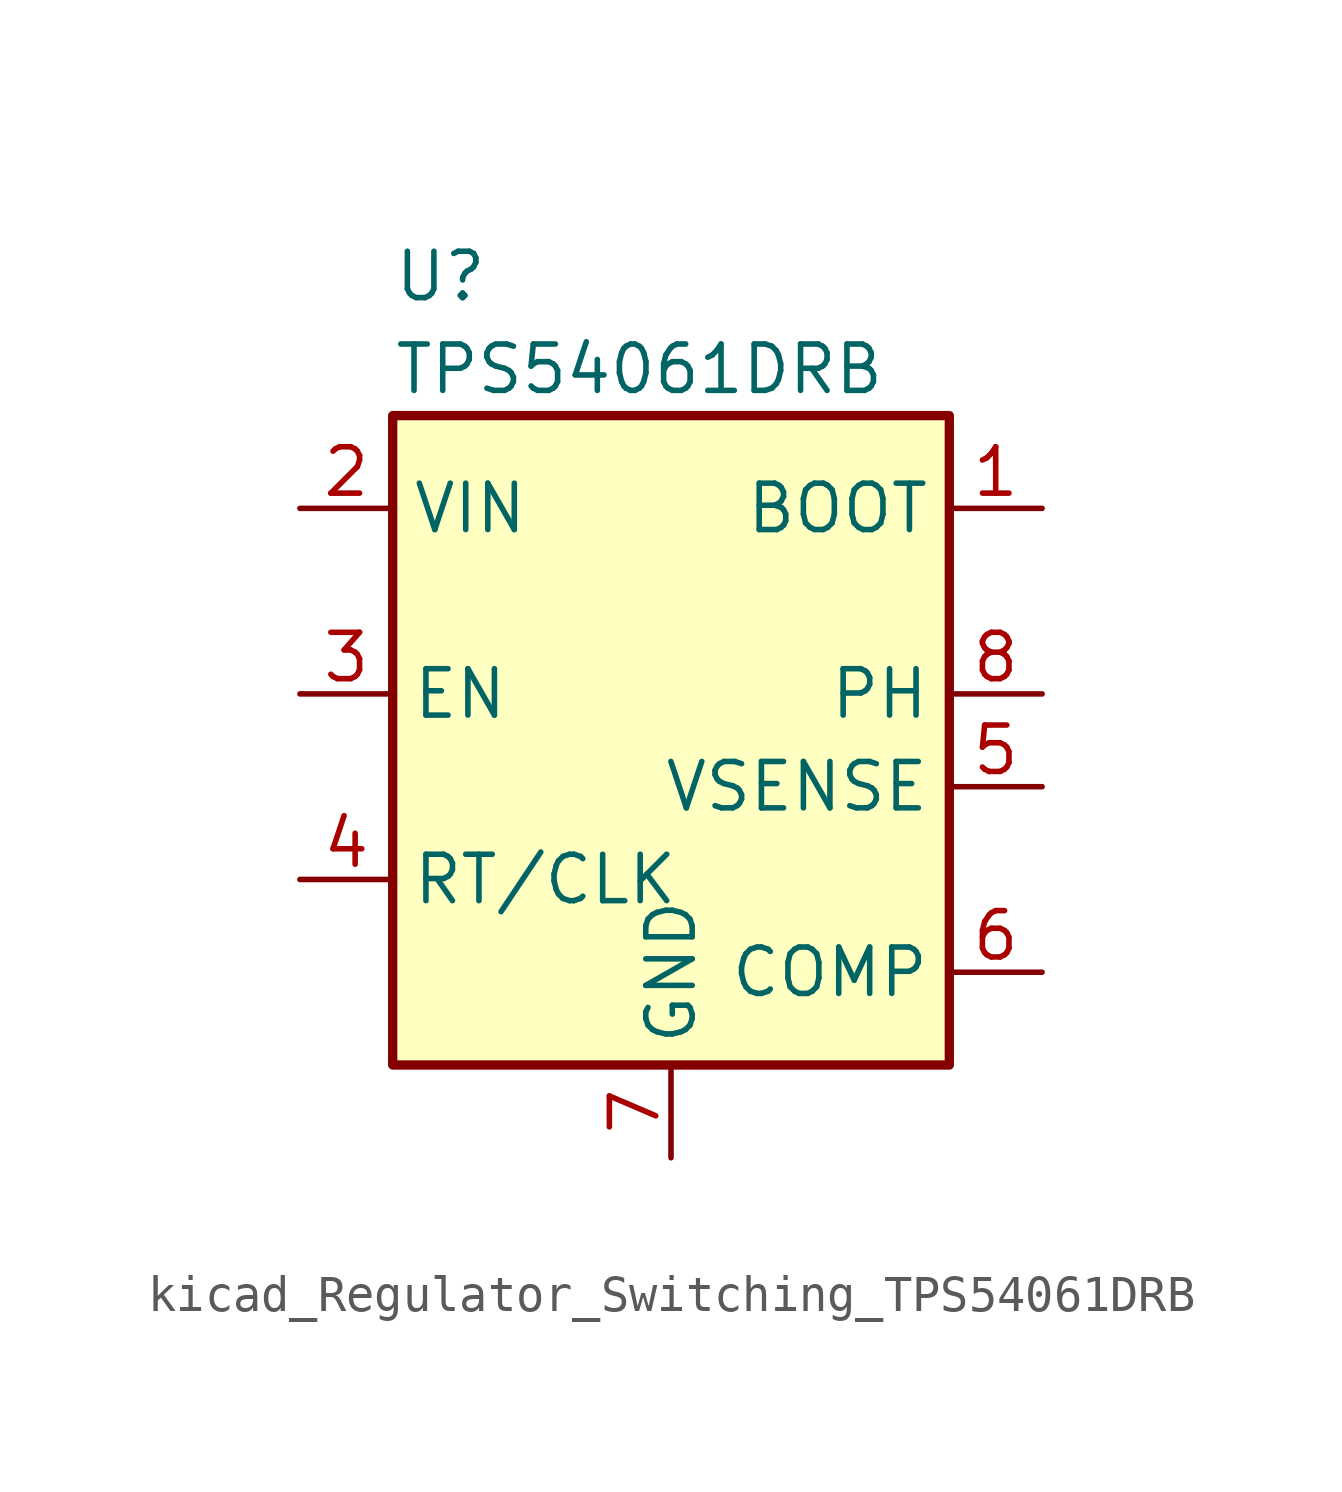
<source format=kicad_sym>
(kicad_symbol_lib
  (version 20220914)
  (generator kicad_symbol_editor)
  (symbol "kicad_Regulator_Switching_TPS54061DRB"
    (property "Reference" "U"
      (at -7.62 11.43 0)
      (effects (font (size 1.27 1.27)) (justify left)))
    (property "Value" "TPS54061DRB"
      (at -7.62 8.89 0)
      (effects (font (size 1.27 1.27)) (justify left)))
    (symbol "kicad_Regulator_Switching_TPS54061DRB_0_1"
      (rectangle (start -7.62 7.62) (end 7.62 -10.16) (stroke (width 0.254) (type default)) (fill (type background))))
    (symbol "kicad_Regulator_Switching_TPS54061DRB_1_1"
      (pin passive line (at 10.16 5.08 180) (length 2.54) (name "BOOT" (effects (font (size 1.27 1.27)))) (number "1" (effects (font (size 1.27 1.27)))))
      (pin power_in line (at -10.16 5.08 0) (length 2.54) (name "VIN" (effects (font (size 1.27 1.27)))) (number "2" (effects (font (size 1.27 1.27)))))
      (pin input line (at -10.16 0 0) (length 2.54) (name "EN" (effects (font (size 1.27 1.27)))) (number "3" (effects (font (size 1.27 1.27)))))
      (pin passive line (at -10.16 -5.08 0) (length 2.54) (name "RT/CLK" (effects (font (size 1.27 1.27)))) (number "4" (effects (font (size 1.27 1.27)))))
      (pin input line (at 10.16 -2.54 180) (length 2.54) (name "VSENSE" (effects (font (size 1.27 1.27)))) (number "5" (effects (font (size 1.27 1.27)))))
      (pin passive line (at 10.16 -7.62 180) (length 2.54) (name "COMP" (effects (font (size 1.27 1.27)))) (number "6" (effects (font (size 1.27 1.27)))))
      (pin power_in line (at 0 -12.7 90) (length 2.54) (name "GND" (effects (font (size 1.27 1.27)))) (number "7" (effects (font (size 1.27 1.27)))))
      (pin power_out line (at 10.16 0 180) (length 2.54) (name "PH" (effects (font (size 1.27 1.27)))) (number "8" (effects (font (size 1.27 1.27)))))
      (pin passive line (at 0 -12.7 90) (length 2.54) hide (name "GND" (effects (font (size 1.27 1.27)))) (number "9" (effects (font (size 1.27 1.27))))))))
</source>
